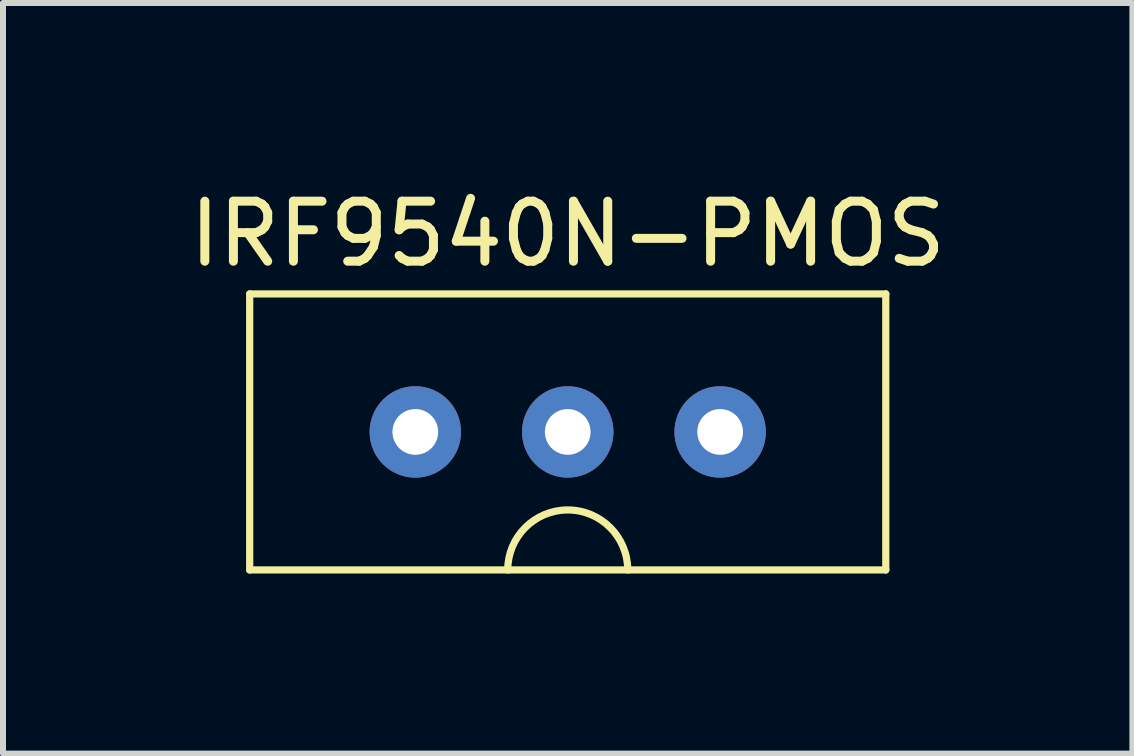
<source format=kicad_pcb>
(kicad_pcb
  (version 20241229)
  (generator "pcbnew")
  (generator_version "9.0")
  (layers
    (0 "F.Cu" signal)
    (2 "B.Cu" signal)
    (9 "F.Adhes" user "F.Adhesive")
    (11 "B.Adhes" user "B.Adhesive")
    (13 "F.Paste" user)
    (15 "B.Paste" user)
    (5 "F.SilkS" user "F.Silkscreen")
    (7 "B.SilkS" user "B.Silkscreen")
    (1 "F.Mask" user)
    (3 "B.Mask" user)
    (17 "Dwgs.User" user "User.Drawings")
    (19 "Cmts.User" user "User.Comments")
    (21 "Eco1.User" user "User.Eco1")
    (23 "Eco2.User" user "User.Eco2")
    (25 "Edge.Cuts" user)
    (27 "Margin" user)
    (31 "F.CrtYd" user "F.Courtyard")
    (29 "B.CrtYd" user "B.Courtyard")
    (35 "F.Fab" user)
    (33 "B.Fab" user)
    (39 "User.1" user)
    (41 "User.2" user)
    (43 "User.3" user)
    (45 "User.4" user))
  (footprint "IRF9540N-PMOS"
    (layer "F.Cu")
    (at 6.411 4.148)
    (property "Reference" "IRF9540N-PMOS" (at 0 -3.3 0) (layer "F.SilkS") (effects (font (size 1 1) (thickness 0.15))))
    (attr through_hole)
    (fp_line (start -5.3 -2.3) (end 5.3 -2.3) (stroke (width 0.12) (type solid)) (layer "F.SilkS"))
    (fp_line (start -5.3 2.3) (end -5.3 -2.3) (stroke (width 0.12) (type solid)) (layer "F.SilkS"))
    (fp_line (start -5.3 2.3) (end 5.3 2.3) (stroke (width 0.12) (type solid)) (layer "F.SilkS"))
    (fp_line (start 5.3 -2.3) (end 5.3 2.3) (stroke (width 0.12) (type solid)) (layer "F.SilkS"))
    (fp_arc (start -1 2.3) (mid 0 1.3) (end 1 2.3) (stroke (width 0.12) (type solid)) (layer "F.SilkS"))
    (pad "1" thru_hole circle (at -2.54 0) (size 1.524 1.524) (drill 0.762) (layers "*.Cu" "*.Mask"))
    (pad "2" thru_hole circle (at 0 0) (size 1.524 1.524) (drill 0.762) (layers "*.Cu" "*.Mask"))
    (pad "3" thru_hole circle (at 2.54 0) (size 1.524 1.524) (drill 0.762) (layers "*.Cu" "*.Mask")))
  (gr_rect
    (start -3 -3)
    (end 15.821 9.508)
    (stroke (width 0.1) (type default))
    (fill no)
    (layer "Edge.Cuts")))
</source>
